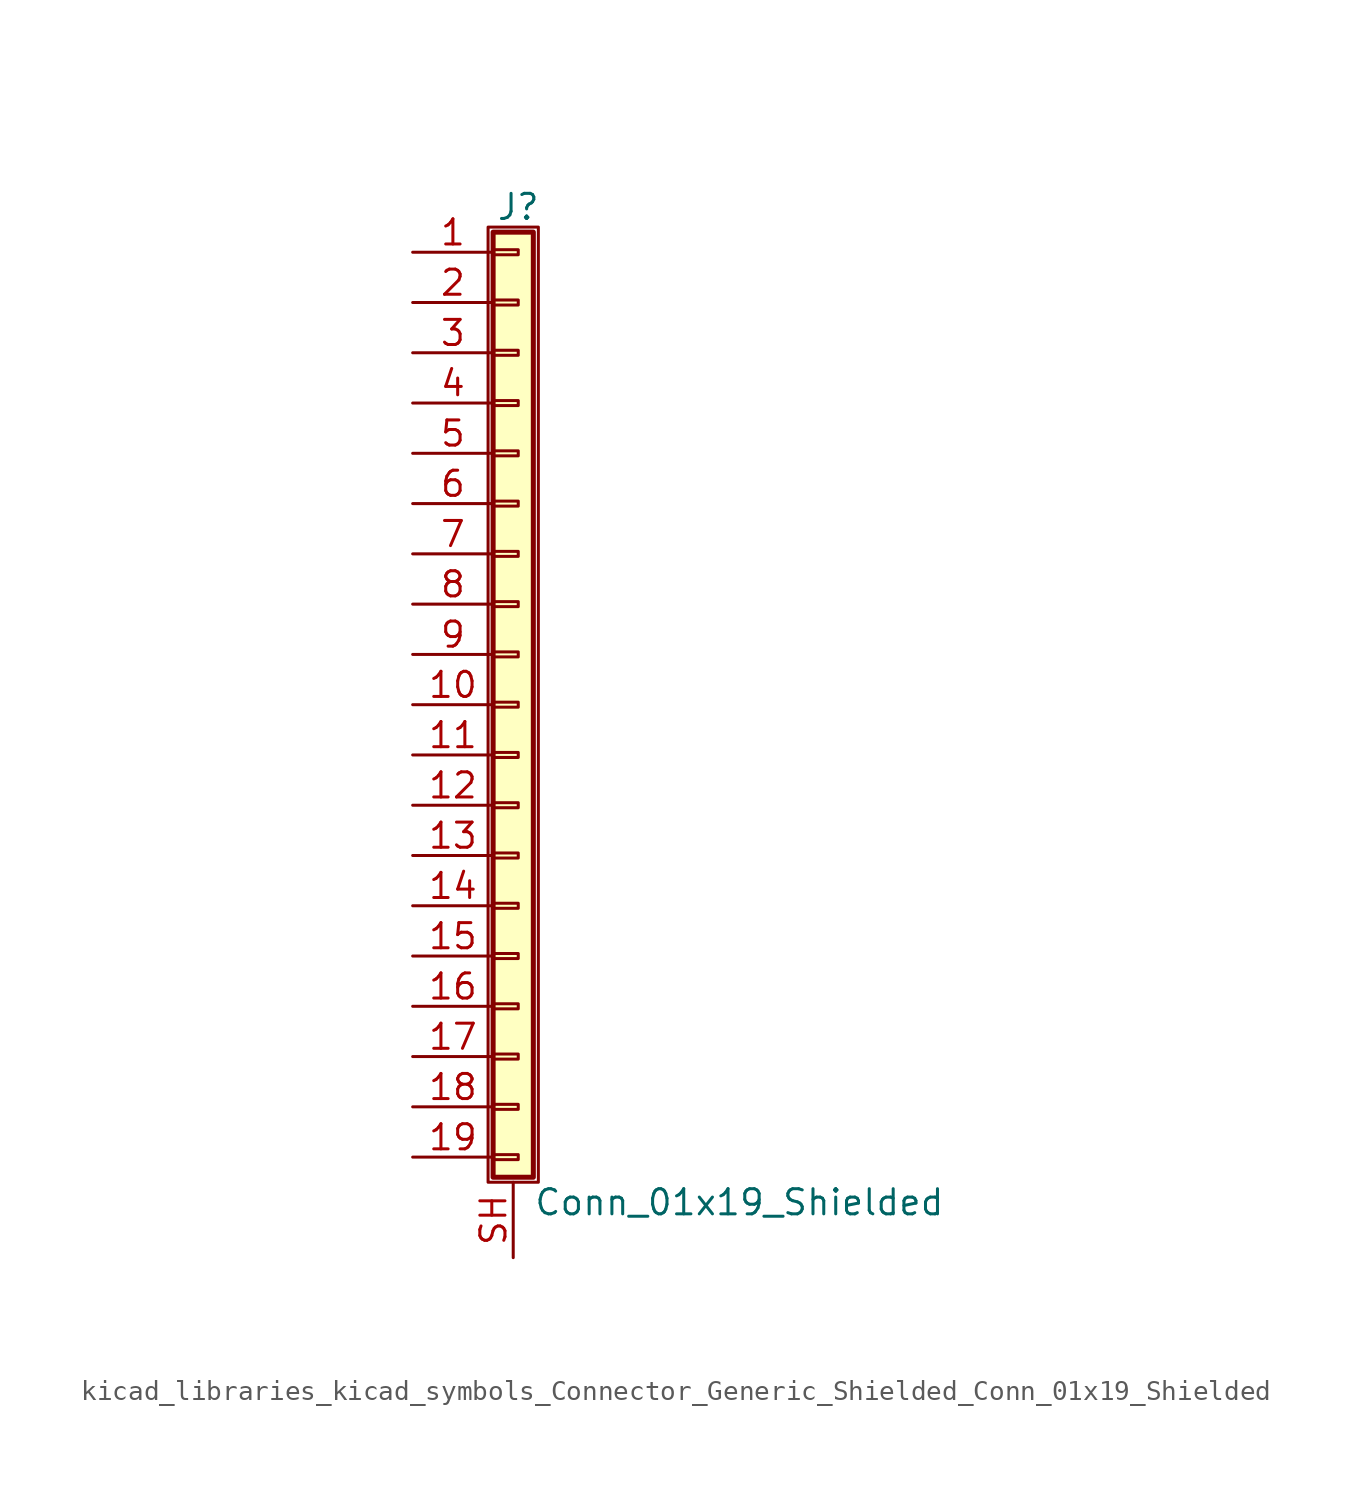
<source format=kicad_sym>
(kicad_symbol_lib
  (version 20220914)
  (generator kicad_symbol_editor)
  (symbol "kicad_libraries_kicad_symbols_Connector_Generic_Shielded_Conn_01x19_Shielded"
    (pin_names
      (offset 1.016) hide)
    (property "Reference" "J"
      (at 0.254 25.146 0)
      (effects (font (size 1.27 1.27))))
    (property "Value" "Conn_01x19_Shielded"
      (at 1.016 -25.146 0)
      (effects (font (size 1.27 1.27)) (justify left)))
    (symbol "kicad_libraries_kicad_symbols_Connector_Generic_Shielded_Conn_01x19_Shielded_1_1"
      (rectangle (start -1.27 24.13) (end 1.27 -24.13) (stroke (width 0.152) (type default)) (fill (type none)))
      (rectangle (start -1.016 -22.733) (end 0.254 -22.987) (stroke (width 0.152) (type default)) (fill (type none)))
      (rectangle (start -1.016 -20.193) (end 0.254 -20.447) (stroke (width 0.152) (type default)) (fill (type none)))
      (rectangle (start -1.016 -17.653) (end 0.254 -17.907) (stroke (width 0.152) (type default)) (fill (type none)))
      (rectangle (start -1.016 -15.113) (end 0.254 -15.367) (stroke (width 0.152) (type default)) (fill (type none)))
      (rectangle (start -1.016 -12.573) (end 0.254 -12.827) (stroke (width 0.152) (type default)) (fill (type none)))
      (rectangle (start -1.016 -10.033) (end 0.254 -10.287) (stroke (width 0.152) (type default)) (fill (type none)))
      (rectangle (start -1.016 -7.493) (end 0.254 -7.747) (stroke (width 0.152) (type default)) (fill (type none)))
      (rectangle (start -1.016 -4.953) (end 0.254 -5.207) (stroke (width 0.152) (type default)) (fill (type none)))
      (rectangle (start -1.016 -2.413) (end 0.254 -2.667) (stroke (width 0.152) (type default)) (fill (type none)))
      (rectangle (start -1.016 0.127) (end 0.254 -0.127) (stroke (width 0.152) (type default)) (fill (type none)))
      (rectangle (start -1.016 2.667) (end 0.254 2.413) (stroke (width 0.152) (type default)) (fill (type none)))
      (rectangle (start -1.016 5.207) (end 0.254 4.953) (stroke (width 0.152) (type default)) (fill (type none)))
      (rectangle (start -1.016 7.747) (end 0.254 7.493) (stroke (width 0.152) (type default)) (fill (type none)))
      (rectangle (start -1.016 10.287) (end 0.254 10.033) (stroke (width 0.152) (type default)) (fill (type none)))
      (rectangle (start -1.016 12.827) (end 0.254 12.573) (stroke (width 0.152) (type default)) (fill (type none)))
      (rectangle (start -1.016 15.367) (end 0.254 15.113) (stroke (width 0.152) (type default)) (fill (type none)))
      (rectangle (start -1.016 17.907) (end 0.254 17.653) (stroke (width 0.152) (type default)) (fill (type none)))
      (rectangle (start -1.016 20.447) (end 0.254 20.193) (stroke (width 0.152) (type default)) (fill (type none)))
      (rectangle (start -1.016 22.987) (end 0.254 22.733) (stroke (width 0.152) (type default)) (fill (type none)))
      (rectangle (start -1.016 23.876) (end 1.016 -23.876) (stroke (width 0.254) (type default)) (fill (type background)))
      (pin passive line (at -5.08 22.86 0) (length 4.064) (name "Pin_1" (effects (font (size 1.27 1.27)))) (number "1" (effects (font (size 1.27 1.27)))))
      (pin passive line (at -5.08 0 0) (length 4.064) (name "Pin_10" (effects (font (size 1.27 1.27)))) (number "10" (effects (font (size 1.27 1.27)))))
      (pin passive line (at -5.08 -2.54 0) (length 4.064) (name "Pin_11" (effects (font (size 1.27 1.27)))) (number "11" (effects (font (size 1.27 1.27)))))
      (pin passive line (at -5.08 -5.08 0) (length 4.064) (name "Pin_12" (effects (font (size 1.27 1.27)))) (number "12" (effects (font (size 1.27 1.27)))))
      (pin passive line (at -5.08 -7.62 0) (length 4.064) (name "Pin_13" (effects (font (size 1.27 1.27)))) (number "13" (effects (font (size 1.27 1.27)))))
      (pin passive line (at -5.08 -10.16 0) (length 4.064) (name "Pin_14" (effects (font (size 1.27 1.27)))) (number "14" (effects (font (size 1.27 1.27)))))
      (pin passive line (at -5.08 -12.7 0) (length 4.064) (name "Pin_15" (effects (font (size 1.27 1.27)))) (number "15" (effects (font (size 1.27 1.27)))))
      (pin passive line (at -5.08 -15.24 0) (length 4.064) (name "Pin_16" (effects (font (size 1.27 1.27)))) (number "16" (effects (font (size 1.27 1.27)))))
      (pin passive line (at -5.08 -17.78 0) (length 4.064) (name "Pin_17" (effects (font (size 1.27 1.27)))) (number "17" (effects (font (size 1.27 1.27)))))
      (pin passive line (at -5.08 -20.32 0) (length 4.064) (name "Pin_18" (effects (font (size 1.27 1.27)))) (number "18" (effects (font (size 1.27 1.27)))))
      (pin passive line (at -5.08 -22.86 0) (length 4.064) (name "Pin_19" (effects (font (size 1.27 1.27)))) (number "19" (effects (font (size 1.27 1.27)))))
      (pin passive line (at -5.08 20.32 0) (length 4.064) (name "Pin_2" (effects (font (size 1.27 1.27)))) (number "2" (effects (font (size 1.27 1.27)))))
      (pin passive line (at -5.08 17.78 0) (length 4.064) (name "Pin_3" (effects (font (size 1.27 1.27)))) (number "3" (effects (font (size 1.27 1.27)))))
      (pin passive line (at -5.08 15.24 0) (length 4.064) (name "Pin_4" (effects (font (size 1.27 1.27)))) (number "4" (effects (font (size 1.27 1.27)))))
      (pin passive line (at -5.08 12.7 0) (length 4.064) (name "Pin_5" (effects (font (size 1.27 1.27)))) (number "5" (effects (font (size 1.27 1.27)))))
      (pin passive line (at -5.08 10.16 0) (length 4.064) (name "Pin_6" (effects (font (size 1.27 1.27)))) (number "6" (effects (font (size 1.27 1.27)))))
      (pin passive line (at -5.08 7.62 0) (length 4.064) (name "Pin_7" (effects (font (size 1.27 1.27)))) (number "7" (effects (font (size 1.27 1.27)))))
      (pin passive line (at -5.08 5.08 0) (length 4.064) (name "Pin_8" (effects (font (size 1.27 1.27)))) (number "8" (effects (font (size 1.27 1.27)))))
      (pin passive line (at -5.08 2.54 0) (length 4.064) (name "Pin_9" (effects (font (size 1.27 1.27)))) (number "9" (effects (font (size 1.27 1.27)))))
      (pin passive line (at 0 -27.94 90) (length 3.81) (name "Shield" (effects (font (size 1.27 1.27)))) (number "SH" (effects (font (size 1.27 1.27))))))))
</source>
